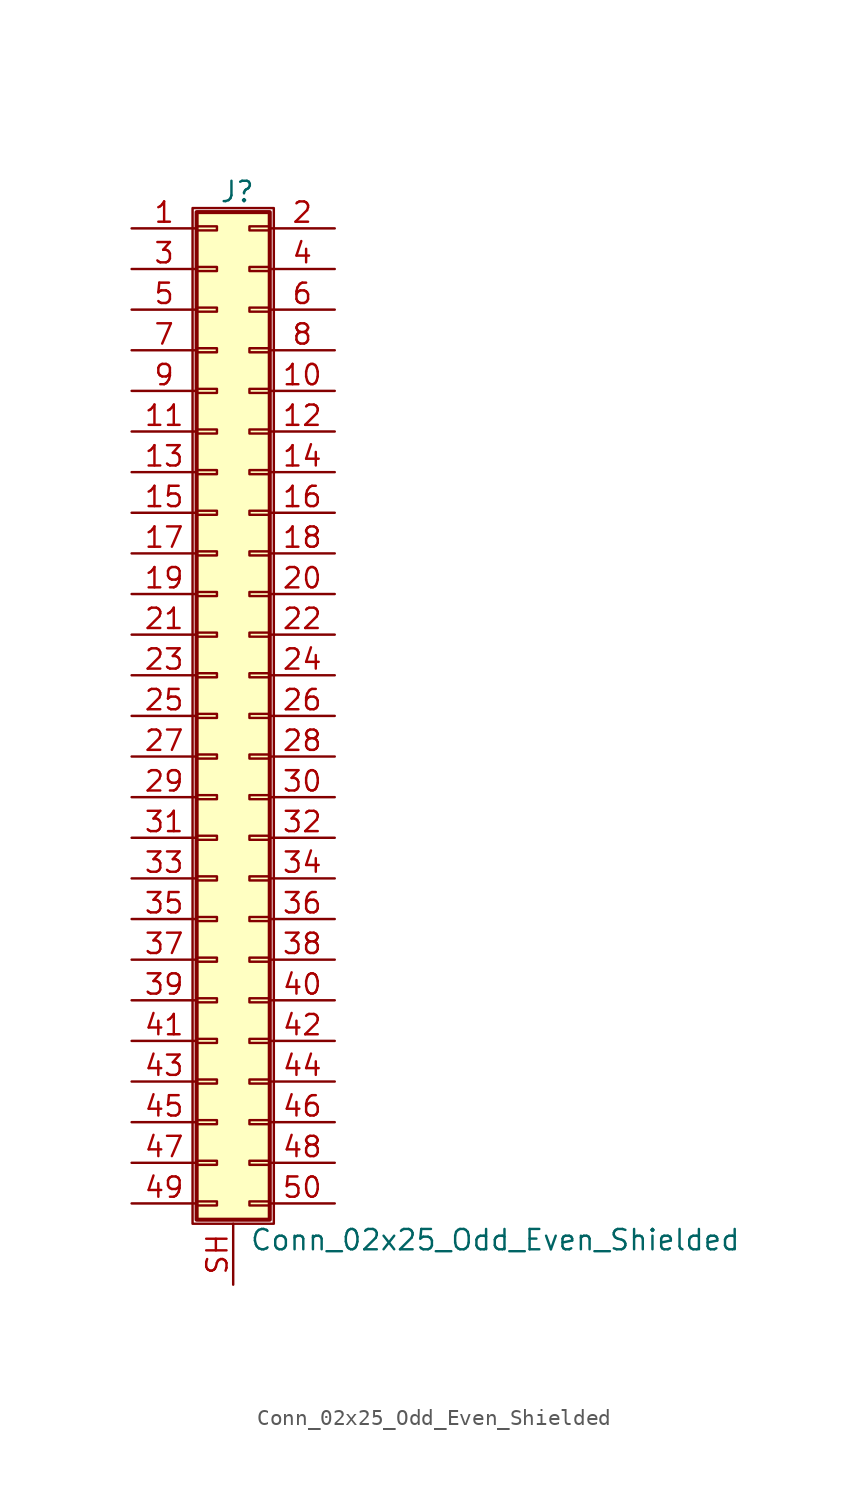
<source format=kicad_sym>
(kicad_symbol_lib
  (version 20220914)
  (generator kicad_symbol_editor)
  (symbol "Conn_02x25_Odd_Even_Shielded"
    (pin_names
      (offset 1.016) hide)
    (property "Reference" "J"
      (at 1.524 32.766 0)
      (effects (font (size 1.27 1.27))))
    (property "Value" "Conn_02x25_Odd_Even_Shielded"
      (at 2.286 -32.766 0)
      (effects (font (size 1.27 1.27)) (justify left)))
    (symbol "Conn_02x25_Odd_Even_Shielded_1_1"
      (rectangle (start -1.27 31.75) (end 3.81 -31.75) (stroke (width 0.152) (type default)) (fill (type none)))
      (rectangle (start -1.016 -30.353) (end 0.254 -30.607) (stroke (width 0.152) (type default)) (fill (type none)))
      (rectangle (start -1.016 -27.813) (end 0.254 -28.067) (stroke (width 0.152) (type default)) (fill (type none)))
      (rectangle (start -1.016 -25.273) (end 0.254 -25.527) (stroke (width 0.152) (type default)) (fill (type none)))
      (rectangle (start -1.016 -22.733) (end 0.254 -22.987) (stroke (width 0.152) (type default)) (fill (type none)))
      (rectangle (start -1.016 -20.193) (end 0.254 -20.447) (stroke (width 0.152) (type default)) (fill (type none)))
      (rectangle (start -1.016 -17.653) (end 0.254 -17.907) (stroke (width 0.152) (type default)) (fill (type none)))
      (rectangle (start -1.016 -15.113) (end 0.254 -15.367) (stroke (width 0.152) (type default)) (fill (type none)))
      (rectangle (start -1.016 -12.573) (end 0.254 -12.827) (stroke (width 0.152) (type default)) (fill (type none)))
      (rectangle (start -1.016 -10.033) (end 0.254 -10.287) (stroke (width 0.152) (type default)) (fill (type none)))
      (rectangle (start -1.016 -7.493) (end 0.254 -7.747) (stroke (width 0.152) (type default)) (fill (type none)))
      (rectangle (start -1.016 -4.953) (end 0.254 -5.207) (stroke (width 0.152) (type default)) (fill (type none)))
      (rectangle (start -1.016 -2.413) (end 0.254 -2.667) (stroke (width 0.152) (type default)) (fill (type none)))
      (rectangle (start -1.016 0.127) (end 0.254 -0.127) (stroke (width 0.152) (type default)) (fill (type none)))
      (rectangle (start -1.016 2.667) (end 0.254 2.413) (stroke (width 0.152) (type default)) (fill (type none)))
      (rectangle (start -1.016 5.207) (end 0.254 4.953) (stroke (width 0.152) (type default)) (fill (type none)))
      (rectangle (start -1.016 7.747) (end 0.254 7.493) (stroke (width 0.152) (type default)) (fill (type none)))
      (rectangle (start -1.016 10.287) (end 0.254 10.033) (stroke (width 0.152) (type default)) (fill (type none)))
      (rectangle (start -1.016 12.827) (end 0.254 12.573) (stroke (width 0.152) (type default)) (fill (type none)))
      (rectangle (start -1.016 15.367) (end 0.254 15.113) (stroke (width 0.152) (type default)) (fill (type none)))
      (rectangle (start -1.016 17.907) (end 0.254 17.653) (stroke (width 0.152) (type default)) (fill (type none)))
      (rectangle (start -1.016 20.447) (end 0.254 20.193) (stroke (width 0.152) (type default)) (fill (type none)))
      (rectangle (start -1.016 22.987) (end 0.254 22.733) (stroke (width 0.152) (type default)) (fill (type none)))
      (rectangle (start -1.016 25.527) (end 0.254 25.273) (stroke (width 0.152) (type default)) (fill (type none)))
      (rectangle (start -1.016 28.067) (end 0.254 27.813) (stroke (width 0.152) (type default)) (fill (type none)))
      (rectangle (start -1.016 30.607) (end 0.254 30.353) (stroke (width 0.152) (type default)) (fill (type none)))
      (rectangle (start -1.016 31.496) (end 3.556 -31.496) (stroke (width 0.254) (type default)) (fill (type background)))
      (rectangle (start 3.556 -30.353) (end 2.286 -30.607) (stroke (width 0.152) (type default)) (fill (type none)))
      (rectangle (start 3.556 -27.813) (end 2.286 -28.067) (stroke (width 0.152) (type default)) (fill (type none)))
      (rectangle (start 3.556 -25.273) (end 2.286 -25.527) (stroke (width 0.152) (type default)) (fill (type none)))
      (rectangle (start 3.556 -22.733) (end 2.286 -22.987) (stroke (width 0.152) (type default)) (fill (type none)))
      (rectangle (start 3.556 -20.193) (end 2.286 -20.447) (stroke (width 0.152) (type default)) (fill (type none)))
      (rectangle (start 3.556 -17.653) (end 2.286 -17.907) (stroke (width 0.152) (type default)) (fill (type none)))
      (rectangle (start 3.556 -15.113) (end 2.286 -15.367) (stroke (width 0.152) (type default)) (fill (type none)))
      (rectangle (start 3.556 -12.573) (end 2.286 -12.827) (stroke (width 0.152) (type default)) (fill (type none)))
      (rectangle (start 3.556 -10.033) (end 2.286 -10.287) (stroke (width 0.152) (type default)) (fill (type none)))
      (rectangle (start 3.556 -7.493) (end 2.286 -7.747) (stroke (width 0.152) (type default)) (fill (type none)))
      (rectangle (start 3.556 -4.953) (end 2.286 -5.207) (stroke (width 0.152) (type default)) (fill (type none)))
      (rectangle (start 3.556 -2.413) (end 2.286 -2.667) (stroke (width 0.152) (type default)) (fill (type none)))
      (rectangle (start 3.556 0.127) (end 2.286 -0.127) (stroke (width 0.152) (type default)) (fill (type none)))
      (rectangle (start 3.556 2.667) (end 2.286 2.413) (stroke (width 0.152) (type default)) (fill (type none)))
      (rectangle (start 3.556 5.207) (end 2.286 4.953) (stroke (width 0.152) (type default)) (fill (type none)))
      (rectangle (start 3.556 7.747) (end 2.286 7.493) (stroke (width 0.152) (type default)) (fill (type none)))
      (rectangle (start 3.556 10.287) (end 2.286 10.033) (stroke (width 0.152) (type default)) (fill (type none)))
      (rectangle (start 3.556 12.827) (end 2.286 12.573) (stroke (width 0.152) (type default)) (fill (type none)))
      (rectangle (start 3.556 15.367) (end 2.286 15.113) (stroke (width 0.152) (type default)) (fill (type none)))
      (rectangle (start 3.556 17.907) (end 2.286 17.653) (stroke (width 0.152) (type default)) (fill (type none)))
      (rectangle (start 3.556 20.447) (end 2.286 20.193) (stroke (width 0.152) (type default)) (fill (type none)))
      (rectangle (start 3.556 22.987) (end 2.286 22.733) (stroke (width 0.152) (type default)) (fill (type none)))
      (rectangle (start 3.556 25.527) (end 2.286 25.273) (stroke (width 0.152) (type default)) (fill (type none)))
      (rectangle (start 3.556 28.067) (end 2.286 27.813) (stroke (width 0.152) (type default)) (fill (type none)))
      (rectangle (start 3.556 30.607) (end 2.286 30.353) (stroke (width 0.152) (type default)) (fill (type none)))
      (pin passive line (at -5.08 30.48 0) (length 4.064) (name "Pin_1" (effects (font (size 1.27 1.27)))) (number "1" (effects (font (size 1.27 1.27)))))
      (pin passive line (at 7.62 20.32 180) (length 4.064) (name "Pin_10" (effects (font (size 1.27 1.27)))) (number "10" (effects (font (size 1.27 1.27)))))
      (pin passive line (at -5.08 17.78 0) (length 4.064) (name "Pin_11" (effects (font (size 1.27 1.27)))) (number "11" (effects (font (size 1.27 1.27)))))
      (pin passive line (at 7.62 17.78 180) (length 4.064) (name "Pin_12" (effects (font (size 1.27 1.27)))) (number "12" (effects (font (size 1.27 1.27)))))
      (pin passive line (at -5.08 15.24 0) (length 4.064) (name "Pin_13" (effects (font (size 1.27 1.27)))) (number "13" (effects (font (size 1.27 1.27)))))
      (pin passive line (at 7.62 15.24 180) (length 4.064) (name "Pin_14" (effects (font (size 1.27 1.27)))) (number "14" (effects (font (size 1.27 1.27)))))
      (pin passive line (at -5.08 12.7 0) (length 4.064) (name "Pin_15" (effects (font (size 1.27 1.27)))) (number "15" (effects (font (size 1.27 1.27)))))
      (pin passive line (at 7.62 12.7 180) (length 4.064) (name "Pin_16" (effects (font (size 1.27 1.27)))) (number "16" (effects (font (size 1.27 1.27)))))
      (pin passive line (at -5.08 10.16 0) (length 4.064) (name "Pin_17" (effects (font (size 1.27 1.27)))) (number "17" (effects (font (size 1.27 1.27)))))
      (pin passive line (at 7.62 10.16 180) (length 4.064) (name "Pin_18" (effects (font (size 1.27 1.27)))) (number "18" (effects (font (size 1.27 1.27)))))
      (pin passive line (at -5.08 7.62 0) (length 4.064) (name "Pin_19" (effects (font (size 1.27 1.27)))) (number "19" (effects (font (size 1.27 1.27)))))
      (pin passive line (at 7.62 30.48 180) (length 4.064) (name "Pin_2" (effects (font (size 1.27 1.27)))) (number "2" (effects (font (size 1.27 1.27)))))
      (pin passive line (at 7.62 7.62 180) (length 4.064) (name "Pin_20" (effects (font (size 1.27 1.27)))) (number "20" (effects (font (size 1.27 1.27)))))
      (pin passive line (at -5.08 5.08 0) (length 4.064) (name "Pin_21" (effects (font (size 1.27 1.27)))) (number "21" (effects (font (size 1.27 1.27)))))
      (pin passive line (at 7.62 5.08 180) (length 4.064) (name "Pin_22" (effects (font (size 1.27 1.27)))) (number "22" (effects (font (size 1.27 1.27)))))
      (pin passive line (at -5.08 2.54 0) (length 4.064) (name "Pin_23" (effects (font (size 1.27 1.27)))) (number "23" (effects (font (size 1.27 1.27)))))
      (pin passive line (at 7.62 2.54 180) (length 4.064) (name "Pin_24" (effects (font (size 1.27 1.27)))) (number "24" (effects (font (size 1.27 1.27)))))
      (pin passive line (at -5.08 0 0) (length 4.064) (name "Pin_25" (effects (font (size 1.27 1.27)))) (number "25" (effects (font (size 1.27 1.27)))))
      (pin passive line (at 7.62 0 180) (length 4.064) (name "Pin_26" (effects (font (size 1.27 1.27)))) (number "26" (effects (font (size 1.27 1.27)))))
      (pin passive line (at -5.08 -2.54 0) (length 4.064) (name "Pin_27" (effects (font (size 1.27 1.27)))) (number "27" (effects (font (size 1.27 1.27)))))
      (pin passive line (at 7.62 -2.54 180) (length 4.064) (name "Pin_28" (effects (font (size 1.27 1.27)))) (number "28" (effects (font (size 1.27 1.27)))))
      (pin passive line (at -5.08 -5.08 0) (length 4.064) (name "Pin_29" (effects (font (size 1.27 1.27)))) (number "29" (effects (font (size 1.27 1.27)))))
      (pin passive line (at -5.08 27.94 0) (length 4.064) (name "Pin_3" (effects (font (size 1.27 1.27)))) (number "3" (effects (font (size 1.27 1.27)))))
      (pin passive line (at 7.62 -5.08 180) (length 4.064) (name "Pin_30" (effects (font (size 1.27 1.27)))) (number "30" (effects (font (size 1.27 1.27)))))
      (pin passive line (at -5.08 -7.62 0) (length 4.064) (name "Pin_31" (effects (font (size 1.27 1.27)))) (number "31" (effects (font (size 1.27 1.27)))))
      (pin passive line (at 7.62 -7.62 180) (length 4.064) (name "Pin_32" (effects (font (size 1.27 1.27)))) (number "32" (effects (font (size 1.27 1.27)))))
      (pin passive line (at -5.08 -10.16 0) (length 4.064) (name "Pin_33" (effects (font (size 1.27 1.27)))) (number "33" (effects (font (size 1.27 1.27)))))
      (pin passive line (at 7.62 -10.16 180) (length 4.064) (name "Pin_34" (effects (font (size 1.27 1.27)))) (number "34" (effects (font (size 1.27 1.27)))))
      (pin passive line (at -5.08 -12.7 0) (length 4.064) (name "Pin_35" (effects (font (size 1.27 1.27)))) (number "35" (effects (font (size 1.27 1.27)))))
      (pin passive line (at 7.62 -12.7 180) (length 4.064) (name "Pin_36" (effects (font (size 1.27 1.27)))) (number "36" (effects (font (size 1.27 1.27)))))
      (pin passive line (at -5.08 -15.24 0) (length 4.064) (name "Pin_37" (effects (font (size 1.27 1.27)))) (number "37" (effects (font (size 1.27 1.27)))))
      (pin passive line (at 7.62 -15.24 180) (length 4.064) (name "Pin_38" (effects (font (size 1.27 1.27)))) (number "38" (effects (font (size 1.27 1.27)))))
      (pin passive line (at -5.08 -17.78 0) (length 4.064) (name "Pin_39" (effects (font (size 1.27 1.27)))) (number "39" (effects (font (size 1.27 1.27)))))
      (pin passive line (at 7.62 27.94 180) (length 4.064) (name "Pin_4" (effects (font (size 1.27 1.27)))) (number "4" (effects (font (size 1.27 1.27)))))
      (pin passive line (at 7.62 -17.78 180) (length 4.064) (name "Pin_40" (effects (font (size 1.27 1.27)))) (number "40" (effects (font (size 1.27 1.27)))))
      (pin passive line (at -5.08 -20.32 0) (length 4.064) (name "Pin_41" (effects (font (size 1.27 1.27)))) (number "41" (effects (font (size 1.27 1.27)))))
      (pin passive line (at 7.62 -20.32 180) (length 4.064) (name "Pin_42" (effects (font (size 1.27 1.27)))) (number "42" (effects (font (size 1.27 1.27)))))
      (pin passive line (at -5.08 -22.86 0) (length 4.064) (name "Pin_43" (effects (font (size 1.27 1.27)))) (number "43" (effects (font (size 1.27 1.27)))))
      (pin passive line (at 7.62 -22.86 180) (length 4.064) (name "Pin_44" (effects (font (size 1.27 1.27)))) (number "44" (effects (font (size 1.27 1.27)))))
      (pin passive line (at -5.08 -25.4 0) (length 4.064) (name "Pin_45" (effects (font (size 1.27 1.27)))) (number "45" (effects (font (size 1.27 1.27)))))
      (pin passive line (at 7.62 -25.4 180) (length 4.064) (name "Pin_46" (effects (font (size 1.27 1.27)))) (number "46" (effects (font (size 1.27 1.27)))))
      (pin passive line (at -5.08 -27.94 0) (length 4.064) (name "Pin_47" (effects (font (size 1.27 1.27)))) (number "47" (effects (font (size 1.27 1.27)))))
      (pin passive line (at 7.62 -27.94 180) (length 4.064) (name "Pin_48" (effects (font (size 1.27 1.27)))) (number "48" (effects (font (size 1.27 1.27)))))
      (pin passive line (at -5.08 -30.48 0) (length 4.064) (name "Pin_49" (effects (font (size 1.27 1.27)))) (number "49" (effects (font (size 1.27 1.27)))))
      (pin passive line (at -5.08 25.4 0) (length 4.064) (name "Pin_5" (effects (font (size 1.27 1.27)))) (number "5" (effects (font (size 1.27 1.27)))))
      (pin passive line (at 7.62 -30.48 180) (length 4.064) (name "Pin_50" (effects (font (size 1.27 1.27)))) (number "50" (effects (font (size 1.27 1.27)))))
      (pin passive line (at 7.62 25.4 180) (length 4.064) (name "Pin_6" (effects (font (size 1.27 1.27)))) (number "6" (effects (font (size 1.27 1.27)))))
      (pin passive line (at -5.08 22.86 0) (length 4.064) (name "Pin_7" (effects (font (size 1.27 1.27)))) (number "7" (effects (font (size 1.27 1.27)))))
      (pin passive line (at 7.62 22.86 180) (length 4.064) (name "Pin_8" (effects (font (size 1.27 1.27)))) (number "8" (effects (font (size 1.27 1.27)))))
      (pin passive line (at -5.08 20.32 0) (length 4.064) (name "Pin_9" (effects (font (size 1.27 1.27)))) (number "9" (effects (font (size 1.27 1.27)))))
      (pin passive line (at 1.27 -35.56 90) (length 3.81) (name "Shield" (effects (font (size 1.27 1.27)))) (number "SH" (effects (font (size 1.27 1.27))))))))
</source>
